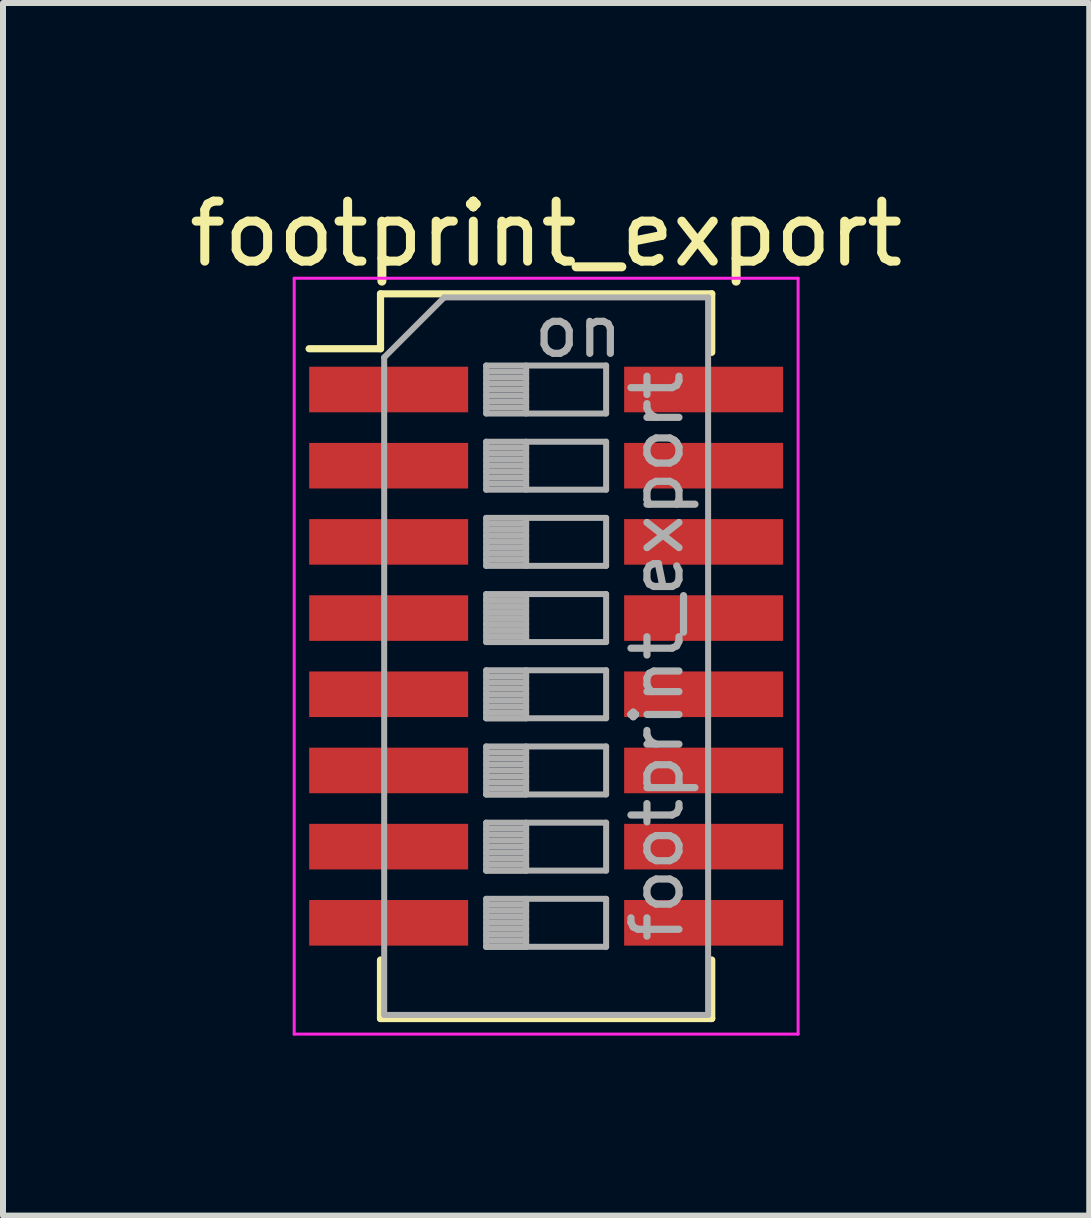
<source format=kicad_pcb>
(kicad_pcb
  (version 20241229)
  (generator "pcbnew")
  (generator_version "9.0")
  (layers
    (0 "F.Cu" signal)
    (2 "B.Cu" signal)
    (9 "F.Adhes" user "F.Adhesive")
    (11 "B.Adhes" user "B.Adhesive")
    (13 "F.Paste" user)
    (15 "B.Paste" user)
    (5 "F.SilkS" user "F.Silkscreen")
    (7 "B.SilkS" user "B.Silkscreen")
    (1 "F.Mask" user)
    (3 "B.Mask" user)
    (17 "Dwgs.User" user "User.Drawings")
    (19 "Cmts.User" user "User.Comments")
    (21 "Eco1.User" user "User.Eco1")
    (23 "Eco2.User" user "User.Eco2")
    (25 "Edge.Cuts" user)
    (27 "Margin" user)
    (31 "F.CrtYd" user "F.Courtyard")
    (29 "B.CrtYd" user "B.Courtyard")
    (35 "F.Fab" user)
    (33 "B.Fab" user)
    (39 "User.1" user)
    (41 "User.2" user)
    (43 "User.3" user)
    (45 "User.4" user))
  (footprint "footprint_export"
    (layer "F.Cu")
    (at 6.054 7.888)
    (property "Reference" "footprint_export" (at 0 -7.04 0) (layer "F.SilkS") (effects (font (size 1 1) (thickness 0.15))))
    (attr smd)
    (fp_line (start -3.951 -5.125) (end -2.761 -5.125) (stroke (width 0.12) (type solid)) (layer "F.SilkS"))
    (fp_line (start -2.761 -6.04) (end -2.761 -5.125) (stroke (width 0.12) (type solid)) (layer "F.SilkS"))
    (fp_line (start -2.761 -6.04) (end 2.76 -6.04) (stroke (width 0.12) (type solid)) (layer "F.SilkS"))
    (fp_line (start -2.761 5.065) (end -2.761 6.04) (stroke (width 0.12) (type solid)) (layer "F.SilkS"))
    (fp_line (start -2.761 6.04) (end 2.76 6.04) (stroke (width 0.12) (type solid)) (layer "F.SilkS"))
    (fp_line (start 2.76 -6.04) (end 2.76 -5.065) (stroke (width 0.12) (type solid)) (layer "F.SilkS"))
    (fp_line (start 2.76 5.065) (end 2.76 6.04) (stroke (width 0.12) (type solid)) (layer "F.SilkS"))
    (fp_line (start -4.2 -6.3) (end -4.2 6.3) (stroke (width 0.05) (type solid)) (layer "F.CrtYd"))
    (fp_line (start -4.2 6.3) (end 4.2 6.3) (stroke (width 0.05) (type solid)) (layer "F.CrtYd"))
    (fp_line (start 4.2 -6.3) (end -4.2 -6.3) (stroke (width 0.05) (type solid)) (layer "F.CrtYd"))
    (fp_line (start 4.2 6.3) (end 4.2 -6.3) (stroke (width 0.05) (type solid)) (layer "F.CrtYd"))
    (fp_line (start -2.7 -4.98) (end -1.7 -5.98) (stroke (width 0.1) (type solid)) (layer "F.Fab"))
    (fp_line (start -2.7 5.98) (end -2.7 -4.98) (stroke (width 0.1) (type solid)) (layer "F.Fab"))
    (fp_line (start -1.7 -5.98) (end 2.7 -5.98) (stroke (width 0.1) (type solid)) (layer "F.Fab"))
    (fp_line (start -1 -4.845) (end -1 -4.045) (stroke (width 0.1) (type solid)) (layer "F.Fab"))
    (fp_line (start -1 -4.745) (end -0.333 -4.745) (stroke (width 0.1) (type solid)) (layer "F.Fab"))
    (fp_line (start -1 -4.645) (end -0.333 -4.645) (stroke (width 0.1) (type solid)) (layer "F.Fab"))
    (fp_line (start -1 -4.545) (end -0.333 -4.545) (stroke (width 0.1) (type solid)) (layer "F.Fab"))
    (fp_line (start -1 -4.445) (end -0.333 -4.445) (stroke (width 0.1) (type solid)) (layer "F.Fab"))
    (fp_line (start -1 -4.345) (end -0.333 -4.345) (stroke (width 0.1) (type solid)) (layer "F.Fab"))
    (fp_line (start -1 -4.245) (end -0.333 -4.245) (stroke (width 0.1) (type solid)) (layer "F.Fab"))
    (fp_line (start -1 -4.145) (end -0.333 -4.145) (stroke (width 0.1) (type solid)) (layer "F.Fab"))
    (fp_line (start -1 -4.045) (end 1 -4.045) (stroke (width 0.1) (type solid)) (layer "F.Fab"))
    (fp_line (start -1 -3.575) (end -1 -2.775) (stroke (width 0.1) (type solid)) (layer "F.Fab"))
    (fp_line (start -1 -3.475) (end -0.333 -3.475) (stroke (width 0.1) (type solid)) (layer "F.Fab"))
    (fp_line (start -1 -3.375) (end -0.333 -3.375) (stroke (width 0.1) (type solid)) (layer "F.Fab"))
    (fp_line (start -1 -3.275) (end -0.333 -3.275) (stroke (width 0.1) (type solid)) (layer "F.Fab"))
    (fp_line (start -1 -3.175) (end -0.333 -3.175) (stroke (width 0.1) (type solid)) (layer "F.Fab"))
    (fp_line (start -1 -3.075) (end -0.333 -3.075) (stroke (width 0.1) (type solid)) (layer "F.Fab"))
    (fp_line (start -1 -2.975) (end -0.333 -2.975) (stroke (width 0.1) (type solid)) (layer "F.Fab"))
    (fp_line (start -1 -2.875) (end -0.333 -2.875) (stroke (width 0.1) (type solid)) (layer "F.Fab"))
    (fp_line (start -1 -2.775) (end 1 -2.775) (stroke (width 0.1) (type solid)) (layer "F.Fab"))
    (fp_line (start -1 -2.305) (end -1 -1.505) (stroke (width 0.1) (type solid)) (layer "F.Fab"))
    (fp_line (start -1 -2.205) (end -0.333 -2.205) (stroke (width 0.1) (type solid)) (layer "F.Fab"))
    (fp_line (start -1 -2.105) (end -0.333 -2.105) (stroke (width 0.1) (type solid)) (layer "F.Fab"))
    (fp_line (start -1 -2.005) (end -0.333 -2.005) (stroke (width 0.1) (type solid)) (layer "F.Fab"))
    (fp_line (start -1 -1.905) (end -0.333 -1.905) (stroke (width 0.1) (type solid)) (layer "F.Fab"))
    (fp_line (start -1 -1.805) (end -0.333 -1.805) (stroke (width 0.1) (type solid)) (layer "F.Fab"))
    (fp_line (start -1 -1.705) (end -0.333 -1.705) (stroke (width 0.1) (type solid)) (layer "F.Fab"))
    (fp_line (start -1 -1.605) (end -0.333 -1.605) (stroke (width 0.1) (type solid)) (layer "F.Fab"))
    (fp_line (start -1 -1.505) (end 1 -1.505) (stroke (width 0.1) (type solid)) (layer "F.Fab"))
    (fp_line (start -1 -1.035) (end -1 -0.235) (stroke (width 0.1) (type solid)) (layer "F.Fab"))
    (fp_line (start -1 -0.935) (end -0.333 -0.935) (stroke (width 0.1) (type solid)) (layer "F.Fab"))
    (fp_line (start -1 -0.835) (end -0.333 -0.835) (stroke (width 0.1) (type solid)) (layer "F.Fab"))
    (fp_line (start -1 -0.735) (end -0.333 -0.735) (stroke (width 0.1) (type solid)) (layer "F.Fab"))
    (fp_line (start -1 -0.635) (end -0.333 -0.635) (stroke (width 0.1) (type solid)) (layer "F.Fab"))
    (fp_line (start -1 -0.535) (end -0.333 -0.535) (stroke (width 0.1) (type solid)) (layer "F.Fab"))
    (fp_line (start -1 -0.435) (end -0.333 -0.435) (stroke (width 0.1) (type solid)) (layer "F.Fab"))
    (fp_line (start -1 -0.335) (end -0.333 -0.335) (stroke (width 0.1) (type solid)) (layer "F.Fab"))
    (fp_line (start -1 -0.235) (end 1 -0.235) (stroke (width 0.1) (type solid)) (layer "F.Fab"))
    (fp_line (start -1 0.235) (end -1 1.035) (stroke (width 0.1) (type solid)) (layer "F.Fab"))
    (fp_line (start -1 0.335) (end -0.333 0.335) (stroke (width 0.1) (type solid)) (layer "F.Fab"))
    (fp_line (start -1 0.435) (end -0.333 0.435) (stroke (width 0.1) (type solid)) (layer "F.Fab"))
    (fp_line (start -1 0.535) (end -0.333 0.535) (stroke (width 0.1) (type solid)) (layer "F.Fab"))
    (fp_line (start -1 0.635) (end -0.333 0.635) (stroke (width 0.1) (type solid)) (layer "F.Fab"))
    (fp_line (start -1 0.735) (end -0.333 0.735) (stroke (width 0.1) (type solid)) (layer "F.Fab"))
    (fp_line (start -1 0.835) (end -0.333 0.835) (stroke (width 0.1) (type solid)) (layer "F.Fab"))
    (fp_line (start -1 0.935) (end -0.333 0.935) (stroke (width 0.1) (type solid)) (layer "F.Fab"))
    (fp_line (start -1 1.035) (end -0.333 1.035) (stroke (width 0.1) (type solid)) (layer "F.Fab"))
    (fp_line (start -1 1.035) (end 1 1.035) (stroke (width 0.1) (type solid)) (layer "F.Fab"))
    (fp_line (start -1 1.505) (end -1 2.305) (stroke (width 0.1) (type solid)) (layer "F.Fab"))
    (fp_line (start -1 1.605) (end -0.333 1.605) (stroke (width 0.1) (type solid)) (layer "F.Fab"))
    (fp_line (start -1 1.705) (end -0.333 1.705) (stroke (width 0.1) (type solid)) (layer "F.Fab"))
    (fp_line (start -1 1.805) (end -0.333 1.805) (stroke (width 0.1) (type solid)) (layer "F.Fab"))
    (fp_line (start -1 1.905) (end -0.333 1.905) (stroke (width 0.1) (type solid)) (layer "F.Fab"))
    (fp_line (start -1 2.005) (end -0.333 2.005) (stroke (width 0.1) (type solid)) (layer "F.Fab"))
    (fp_line (start -1 2.105) (end -0.333 2.105) (stroke (width 0.1) (type solid)) (layer "F.Fab"))
    (fp_line (start -1 2.205) (end -0.333 2.205) (stroke (width 0.1) (type solid)) (layer "F.Fab"))
    (fp_line (start -1 2.305) (end -0.333 2.305) (stroke (width 0.1) (type solid)) (layer "F.Fab"))
    (fp_line (start -1 2.305) (end 1 2.305) (stroke (width 0.1) (type solid)) (layer "F.Fab"))
    (fp_line (start -1 2.775) (end -1 3.575) (stroke (width 0.1) (type solid)) (layer "F.Fab"))
    (fp_line (start -1 2.875) (end -0.333 2.875) (stroke (width 0.1) (type solid)) (layer "F.Fab"))
    (fp_line (start -1 2.975) (end -0.333 2.975) (stroke (width 0.1) (type solid)) (layer "F.Fab"))
    (fp_line (start -1 3.075) (end -0.333 3.075) (stroke (width 0.1) (type solid)) (layer "F.Fab"))
    (fp_line (start -1 3.175) (end -0.333 3.175) (stroke (width 0.1) (type solid)) (layer "F.Fab"))
    (fp_line (start -1 3.275) (end -0.333 3.275) (stroke (width 0.1) (type solid)) (layer "F.Fab"))
    (fp_line (start -1 3.375) (end -0.333 3.375) (stroke (width 0.1) (type solid)) (layer "F.Fab"))
    (fp_line (start -1 3.475) (end -0.333 3.475) (stroke (width 0.1) (type solid)) (layer "F.Fab"))
    (fp_line (start -1 3.575) (end -0.333 3.575) (stroke (width 0.1) (type solid)) (layer "F.Fab"))
    (fp_line (start -1 3.575) (end 1 3.575) (stroke (width 0.1) (type solid)) (layer "F.Fab"))
    (fp_line (start -1 4.045) (end -1 4.845) (stroke (width 0.1) (type solid)) (layer "F.Fab"))
    (fp_line (start -1 4.145) (end -0.333 4.145) (stroke (width 0.1) (type solid)) (layer "F.Fab"))
    (fp_line (start -1 4.245) (end -0.333 4.245) (stroke (width 0.1) (type solid)) (layer "F.Fab"))
    (fp_line (start -1 4.345) (end -0.333 4.345) (stroke (width 0.1) (type solid)) (layer "F.Fab"))
    (fp_line (start -1 4.445) (end -0.333 4.445) (stroke (width 0.1) (type solid)) (layer "F.Fab"))
    (fp_line (start -1 4.545) (end -0.333 4.545) (stroke (width 0.1) (type solid)) (layer "F.Fab"))
    (fp_line (start -1 4.645) (end -0.333 4.645) (stroke (width 0.1) (type solid)) (layer "F.Fab"))
    (fp_line (start -1 4.745) (end -0.333 4.745) (stroke (width 0.1) (type solid)) (layer "F.Fab"))
    (fp_line (start -1 4.845) (end -0.333 4.845) (stroke (width 0.1) (type solid)) (layer "F.Fab"))
    (fp_line (start -1 4.845) (end 1 4.845) (stroke (width 0.1) (type solid)) (layer "F.Fab"))
    (fp_line (start -0.333 -4.845) (end -0.333 -4.045) (stroke (width 0.1) (type solid)) (layer "F.Fab"))
    (fp_line (start -0.333 -3.575) (end -0.333 -2.775) (stroke (width 0.1) (type solid)) (layer "F.Fab"))
    (fp_line (start -0.333 -2.305) (end -0.333 -1.505) (stroke (width 0.1) (type solid)) (layer "F.Fab"))
    (fp_line (start -0.333 -1.035) (end -0.333 -0.235) (stroke (width 0.1) (type solid)) (layer "F.Fab"))
    (fp_line (start -0.333 0.235) (end -0.333 1.035) (stroke (width 0.1) (type solid)) (layer "F.Fab"))
    (fp_line (start -0.333 1.505) (end -0.333 2.305) (stroke (width 0.1) (type solid)) (layer "F.Fab"))
    (fp_line (start -0.333 2.775) (end -0.333 3.575) (stroke (width 0.1) (type solid)) (layer "F.Fab"))
    (fp_line (start -0.333 4.045) (end -0.333 4.845) (stroke (width 0.1) (type solid)) (layer "F.Fab"))
    (fp_line (start 1 -4.845) (end -1 -4.845) (stroke (width 0.1) (type solid)) (layer "F.Fab"))
    (fp_line (start 1 -4.045) (end 1 -4.845) (stroke (width 0.1) (type solid)) (layer "F.Fab"))
    (fp_line (start 1 -3.575) (end -1 -3.575) (stroke (width 0.1) (type solid)) (layer "F.Fab"))
    (fp_line (start 1 -2.775) (end 1 -3.575) (stroke (width 0.1) (type solid)) (layer "F.Fab"))
    (fp_line (start 1 -2.305) (end -1 -2.305) (stroke (width 0.1) (type solid)) (layer "F.Fab"))
    (fp_line (start 1 -1.505) (end 1 -2.305) (stroke (width 0.1) (type solid)) (layer "F.Fab"))
    (fp_line (start 1 -1.035) (end -1 -1.035) (stroke (width 0.1) (type solid)) (layer "F.Fab"))
    (fp_line (start 1 -0.235) (end 1 -1.035) (stroke (width 0.1) (type solid)) (layer "F.Fab"))
    (fp_line (start 1 0.235) (end -1 0.235) (stroke (width 0.1) (type solid)) (layer "F.Fab"))
    (fp_line (start 1 1.035) (end 1 0.235) (stroke (width 0.1) (type solid)) (layer "F.Fab"))
    (fp_line (start 1 1.505) (end -1 1.505) (stroke (width 0.1) (type solid)) (layer "F.Fab"))
    (fp_line (start 1 2.305) (end 1 1.505) (stroke (width 0.1) (type solid)) (layer "F.Fab"))
    (fp_line (start 1 2.775) (end -1 2.775) (stroke (width 0.1) (type solid)) (layer "F.Fab"))
    (fp_line (start 1 3.575) (end 1 2.775) (stroke (width 0.1) (type solid)) (layer "F.Fab"))
    (fp_line (start 1 4.045) (end -1 4.045) (stroke (width 0.1) (type solid)) (layer "F.Fab"))
    (fp_line (start 1 4.845) (end 1 4.045) (stroke (width 0.1) (type solid)) (layer "F.Fab"))
    (fp_line (start 2.7 -5.98) (end 2.7 5.98) (stroke (width 0.1) (type solid)) (layer "F.Fab"))
    (fp_line (start 2.7 5.98) (end -2.7 5.98) (stroke (width 0.1) (type solid)) (layer "F.Fab"))
    (fp_text user "${REFERENCE}" (at 1.85 0 90) (layer "F.Fab") (effects (font (size 0.8 0.8) (thickness 0.12))))
    (fp_text user "on" (at 0.537 -5.412 0) (layer "F.Fab") (effects (font (size 0.8 0.8) (thickness 0.12))))
    (pad "1" smd rect (at -2.625 -4.445) (size 2.65 0.76) (layers "F.Cu" "F.Mask" "F.Paste"))
    (pad "2" smd rect (at -2.625 -3.175) (size 2.65 0.76) (layers "F.Cu" "F.Mask" "F.Paste"))
    (pad "3" smd rect (at -2.625 -1.905) (size 2.65 0.76) (layers "F.Cu" "F.Mask" "F.Paste"))
    (pad "4" smd rect (at -2.625 -0.635) (size 2.65 0.76) (layers "F.Cu" "F.Mask" "F.Paste"))
    (pad "5" smd rect (at -2.625 0.635) (size 2.65 0.76) (layers "F.Cu" "F.Mask" "F.Paste"))
    (pad "6" smd rect (at -2.625 1.905) (size 2.65 0.76) (layers "F.Cu" "F.Mask" "F.Paste"))
    (pad "7" smd rect (at -2.625 3.175) (size 2.65 0.76) (layers "F.Cu" "F.Mask" "F.Paste"))
    (pad "8" smd rect (at -2.625 4.445) (size 2.65 0.76) (layers "F.Cu" "F.Mask" "F.Paste"))
    (pad "9" smd rect (at 2.625 4.445) (size 2.65 0.76) (layers "F.Cu" "F.Mask" "F.Paste"))
    (pad "10" smd rect (at 2.625 3.175) (size 2.65 0.76) (layers "F.Cu" "F.Mask" "F.Paste"))
    (pad "11" smd rect (at 2.625 1.905) (size 2.65 0.76) (layers "F.Cu" "F.Mask" "F.Paste"))
    (pad "12" smd rect (at 2.625 0.635) (size 2.65 0.76) (layers "F.Cu" "F.Mask" "F.Paste"))
    (pad "13" smd rect (at 2.625 -0.635) (size 2.65 0.76) (layers "F.Cu" "F.Mask" "F.Paste"))
    (pad "14" smd rect (at 2.625 -1.905) (size 2.65 0.76) (layers "F.Cu" "F.Mask" "F.Paste"))
    (pad "15" smd rect (at 2.625 -3.175) (size 2.65 0.76) (layers "F.Cu" "F.Mask" "F.Paste"))
    (pad "16" smd rect (at 2.625 -4.445) (size 2.65 0.76) (layers "F.Cu" "F.Mask" "F.Paste")))
  (gr_rect
    (start -3 -3)
    (end 15.107 17.213)
    (stroke (width 0.1) (type default))
    (fill no)
    (layer "Edge.Cuts")))
</source>
